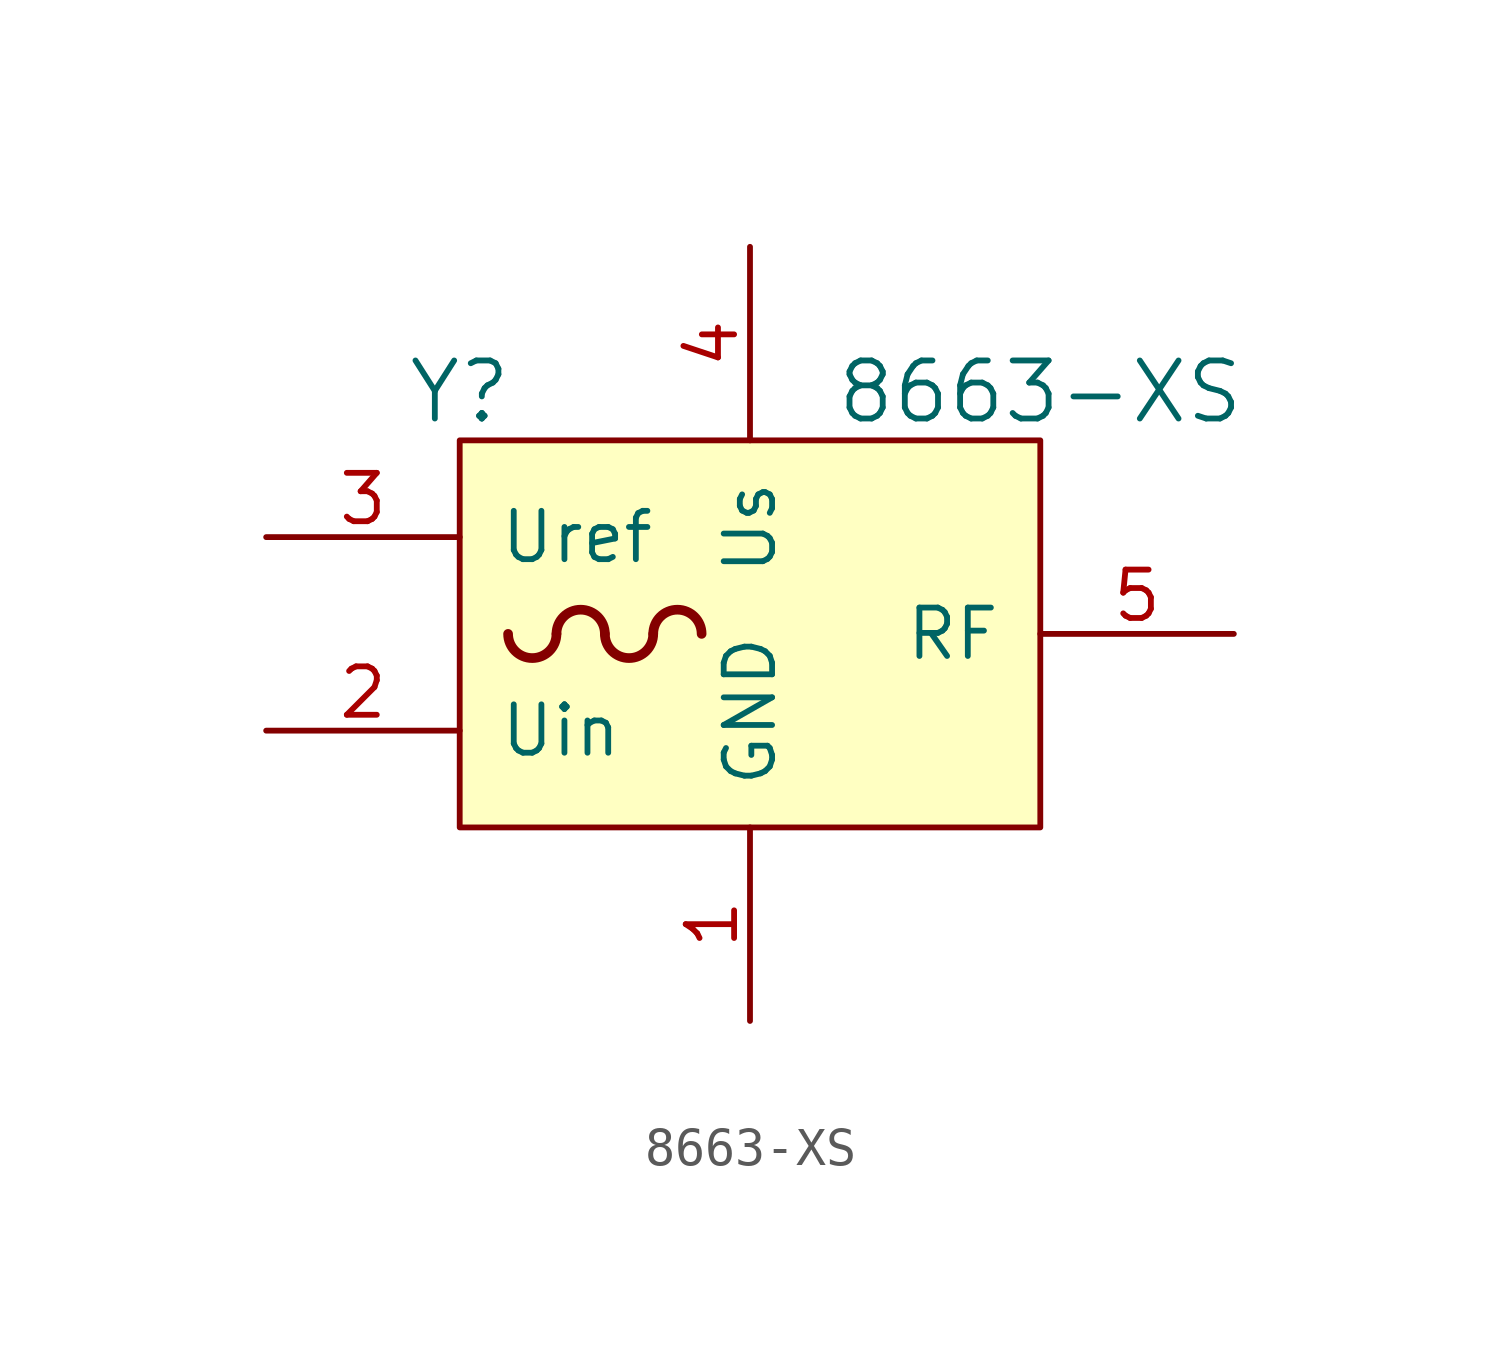
<source format=kicad_sym>
(kicad_symbol_lib
  (version 20241209)
  (generator "kicad_symbol_editor")
  (generator_version "9.0")
  (symbol "8663-XS"
    (pin_names
      (offset 1.016))
    (property "Reference" "Y"
      (at -7.62 6.35 0)
      (effects (font (size 1.524 1.524))))
    (property "Value" "8663-XS"
      (at 7.62 6.35 0)
      (effects (font (size 1.524 1.524))))
    (property "Footprint" ""
      (at 0 -8.89 0)
      (effects (font (size 1.524 1.524))))
    (symbol "8663-XS_0_1"
      (rectangle (start -7.62 5.08) (end 7.62 -5.08) (stroke (width 0) (type solid)) (fill (type background))))
    (symbol "8663-XS_1_1"
      (arc (start -5.08 0) (mid -5.715 -0.635) (end -6.35 0) (stroke (width 0.254) (type solid)) (fill (type none)))
      (arc (start -5.08 0) (mid -4.445 0.635) (end -3.81 0) (stroke (width 0.254) (type solid)) (fill (type none)))
      (arc (start -2.54 0) (mid -3.175 -0.635) (end -3.81 0) (stroke (width 0.254) (type solid)) (fill (type none)))
      (arc (start -2.54 0) (mid -1.905 0.635) (end -1.27 0) (stroke (width 0.254) (type solid)) (fill (type none)))
      (pin power_out line (at -12.7 2.54 0) (length 5.08) (name "Uref" (effects (font (size 1.27 1.27)))) (number "3" (effects (font (size 1.27 1.27)))))
      (pin input line (at -12.7 -2.54 0) (length 5.08) (name "Uin" (effects (font (size 1.27 1.27)))) (number "2" (effects (font (size 1.27 1.27)))))
      (pin power_in line (at 0 10.16 270) (length 5.08) (name "Us" (effects (font (size 1.27 1.27)))) (number "4" (effects (font (size 1.27 1.27)))))
      (pin power_in line (at 0 -10.16 90) (length 5.08) (name "GND" (effects (font (size 1.27 1.27)))) (number "1" (effects (font (size 1.27 1.27)))))
      (pin output line (at 12.7 0 180) (length 5.08) (name "RF" (effects (font (size 1.27 1.27)))) (number "5" (effects (font (size 1.27 1.27))))))))
</source>
